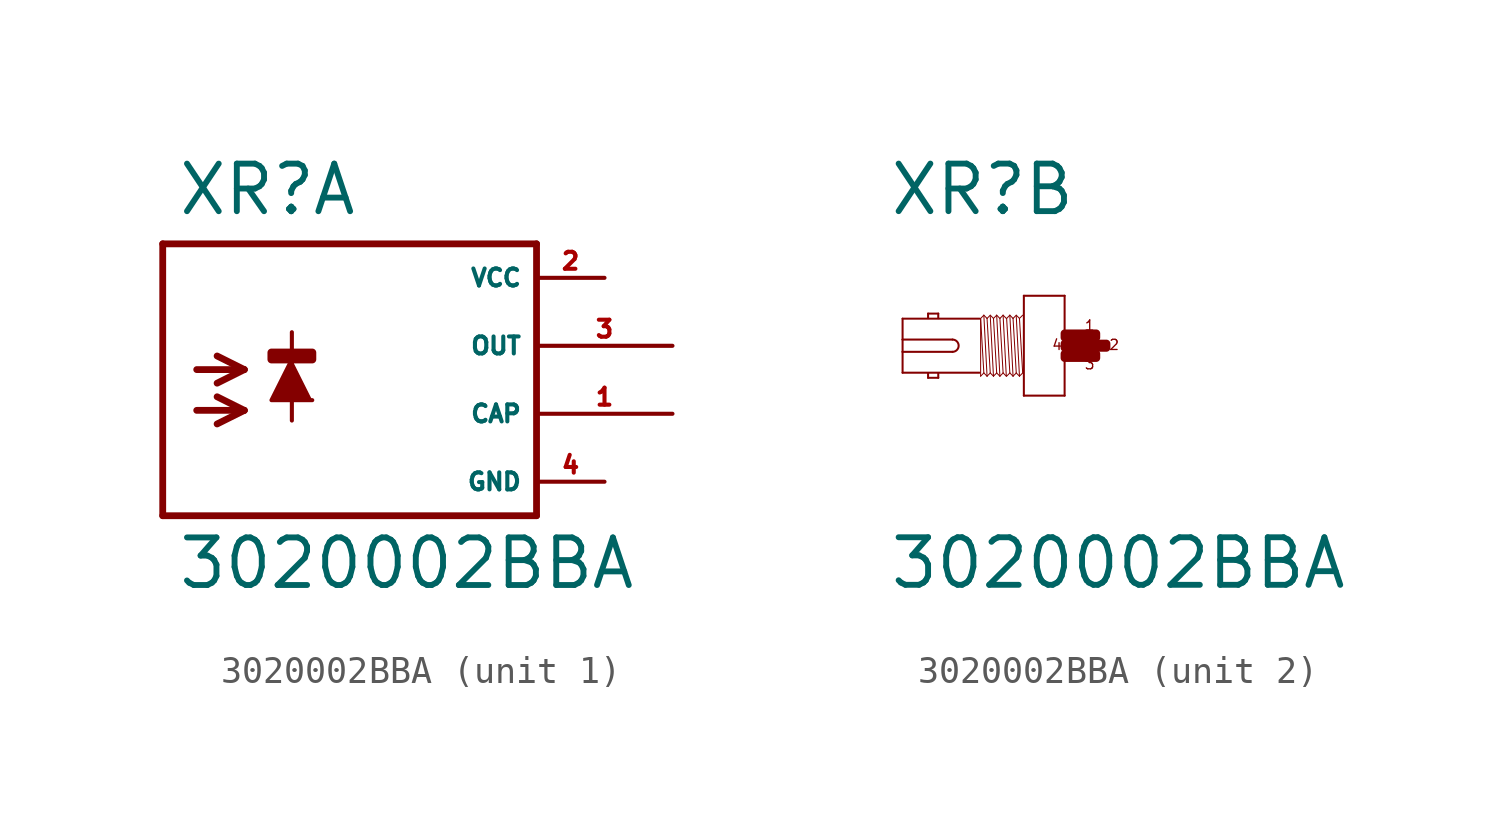
<source format=kicad_sym>
(kicad_symbol_lib
  (version 20220914)
  (generator Eagle2Kicad)
  (symbol "3020002BBA"
    (property "Reference" "XR"
      (at -5.842 4.801 0)
      (effects (font (size 1.778 1.778) (thickness 0.22)) (justify left bottom)))
    (property "Value" "3020002BBA"
      (at -5.842 -9.169 0)
      (effects (font (size 1.778 1.778) (thickness 0.22)) (justify left bottom)))
    (symbol "3020002BBA_1_0"
      (polyline (pts (xy -1.524 -0.508) (xy -2.286 -2.032) (xy -0.762 -2.032)) (stroke (width 0.152) (type default)) (fill (type outline)))
      (polyline (pts (xy -5.08 -0.889) (xy -3.302 -0.889)) (stroke (width 0.254) (type default)) (fill (type none)))
      (polyline (pts (xy -3.302 -0.889) (xy -4.318 -1.397)) (stroke (width 0.254) (type default)) (fill (type none)))
      (polyline (pts (xy -3.302 -0.889) (xy -4.318 -0.381)) (stroke (width 0.254) (type default)) (fill (type none)))
      (polyline (pts (xy -5.08 -2.413) (xy -3.302 -2.413)) (stroke (width 0.254) (type default)) (fill (type none)))
      (polyline (pts (xy -3.302 -2.413) (xy -4.318 -2.921)) (stroke (width 0.254) (type default)) (fill (type none)))
      (polyline (pts (xy -3.302 -2.413) (xy -4.318 -1.905)) (stroke (width 0.254) (type default)) (fill (type none)))
      (polyline (pts (xy -1.524 0.508) (xy -1.524 -2.794)) (stroke (width 0.152) (type default)) (fill (type none)))
      (polyline (pts (xy 7.62 3.81) (xy -6.35 3.81)) (stroke (width 0.254) (type default)) (fill (type none)))
      (polyline (pts (xy -6.35 3.81) (xy -6.35 -6.35)) (stroke (width 0.254) (type default)) (fill (type none)))
      (polyline (pts (xy -6.35 -6.35) (xy 7.62 -6.35)) (stroke (width 0.254) (type default)) (fill (type none)))
      (polyline (pts (xy 7.62 -6.35) (xy 7.62 3.81)) (stroke (width 0.254) (type default)) (fill (type none)))
      (rectangle (start -2.286 -0.508) (end -0.762 -0.254) (stroke (width 0.3) (type default)) (fill (type outline)))
      (pin unspecified line (at 10.16 2.54 180) (length 2.54) (name "VCC" (effects (font (size 0.635 0.635) (thickness 0.08)) (justify left bottom))) (number "2" (effects (font (size 0.635 0.635) (thickness 0.08)) (justify left bottom))))
      (pin unspecified line (at 10.16 -5.08 180) (length 2.54) (name "GND" (effects (font (size 0.635 0.635) (thickness 0.08)) (justify left bottom))) (number "4" (effects (font (size 0.635 0.635) (thickness 0.08)) (justify left bottom))))
      (pin output line (at 12.7 0 180) (length 5.08) (name "OUT" (effects (font (size 0.635 0.635) (thickness 0.08)) (justify left bottom))) (number "3" (effects (font (size 0.635 0.635) (thickness 0.08)) (justify left bottom))))
      (pin output line (at 12.7 -2.54 180) (length 5.08) (name "CAP" (effects (font (size 0.635 0.635) (thickness 0.08)) (justify left bottom))) (number "1" (effects (font (size 0.635 0.635) (thickness 0.08)) (justify left bottom)))))
    (symbol "3020002BBA_2_0"
      (polyline (pts (xy 0.762 1.867) (xy 0.762 -1.867)) (stroke (width 0.076) (type default)) (fill (type none)))
      (polyline (pts (xy 0.762 -1.867) (xy -0.762 -1.867)) (stroke (width 0.076) (type default)) (fill (type none)))
      (polyline (pts (xy -0.762 -1.867) (xy -0.762 1.867)) (stroke (width 0.076) (type default)) (fill (type none)))
      (polyline (pts (xy -0.762 1.867) (xy 0.762 1.867)) (stroke (width 0.076) (type default)) (fill (type none)))
      (polyline (pts (xy -2.419 1.01) (xy -5.296 1.01)) (stroke (width 0.076) (type default)) (fill (type none)))
      (polyline (pts (xy -5.296 1.01) (xy -5.296 0.229)) (stroke (width 0.076) (type default)) (fill (type none)))
      (polyline (pts (xy -5.296 0.229) (xy -5.296 -0.229)) (stroke (width 0.076) (type default)) (fill (type none)))
      (polyline (pts (xy -5.296 -0.229) (xy -5.296 -1.01)) (stroke (width 0.076) (type default)) (fill (type none)))
      (polyline (pts (xy -5.296 -1.01) (xy -2.419 -1.01)) (stroke (width 0.076) (type default)) (fill (type none)))
      (polyline (pts (xy -3.962 -1.029) (xy -3.962 -1.2)) (stroke (width 0.076) (type default)) (fill (type none)))
      (polyline (pts (xy -3.962 -1.2) (xy -4.343 -1.2)) (stroke (width 0.076) (type default)) (fill (type none)))
      (polyline (pts (xy -4.343 -1.2) (xy -4.343 -1.029)) (stroke (width 0.076) (type default)) (fill (type none)))
      (polyline (pts (xy -4.343 1.029) (xy -4.343 1.2)) (stroke (width 0.076) (type default)) (fill (type none)))
      (polyline (pts (xy -4.343 1.2) (xy -3.962 1.2)) (stroke (width 0.076) (type default)) (fill (type none)))
      (polyline (pts (xy -3.962 1.2) (xy -3.962 1.029)) (stroke (width 0.076) (type default)) (fill (type none)))
      (polyline (pts (xy -2.258 1.14) (xy -2.138 -1.14)) (stroke (width 0.038) (type default)) (fill (type none)))
      (polyline (pts (xy -2.018 1.099) (xy -1.898 -1.14)) (stroke (width 0.038) (type default)) (fill (type none)))
      (polyline (pts (xy -1.898 1.02) (xy -1.778 -1.02)) (stroke (width 0.038) (type default)) (fill (type none)))
      (polyline (pts (xy -1.778 1.14) (xy -1.658 -1.14)) (stroke (width 0.038) (type default)) (fill (type none)))
      (polyline (pts (xy -1.538 1.14) (xy -1.418 -1.14)) (stroke (width 0.038) (type default)) (fill (type none)))
      (polyline (pts (xy -2.378 -1.14) (xy -2.378 0.999)) (stroke (width 0.038) (type default)) (fill (type none)))
      (polyline (pts (xy -2.378 -1.14) (xy -2.258 -1.02)) (stroke (width 0.038) (type default)) (fill (type none)))
      (polyline (pts (xy -2.258 -1.02) (xy -2.138 -1.14)) (stroke (width 0.038) (type default)) (fill (type none)))
      (polyline (pts (xy -2.138 -1.14) (xy -2.018 -1.02)) (stroke (width 0.038) (type default)) (fill (type none)))
      (polyline (pts (xy -2.018 -1.02) (xy -1.898 -1.14)) (stroke (width 0.038) (type default)) (fill (type none)))
      (polyline (pts (xy -1.898 -1.14) (xy -1.778 -1.02)) (stroke (width 0.038) (type default)) (fill (type none)))
      (polyline (pts (xy -1.778 -1.02) (xy -1.658 -1.14)) (stroke (width 0.038) (type default)) (fill (type none)))
      (polyline (pts (xy -1.658 -1.14) (xy -1.538 -1.02)) (stroke (width 0.038) (type default)) (fill (type none)))
      (polyline (pts (xy -1.538 -1.02) (xy -1.418 -1.14)) (stroke (width 0.038) (type default)) (fill (type none)))
      (polyline (pts (xy -2.378 1.02) (xy -2.258 1.14)) (stroke (width 0.038) (type default)) (fill (type none)))
      (polyline (pts (xy -2.258 1.14) (xy -2.138 1.02)) (stroke (width 0.038) (type default)) (fill (type none)))
      (polyline (pts (xy -2.138 1.02) (xy -2.018 1.14)) (stroke (width 0.038) (type default)) (fill (type none)))
      (polyline (pts (xy -2.018 1.14) (xy -1.898 1.02)) (stroke (width 0.038) (type default)) (fill (type none)))
      (polyline (pts (xy -1.898 1.02) (xy -1.778 1.14)) (stroke (width 0.038) (type default)) (fill (type none)))
      (polyline (pts (xy -1.778 1.14) (xy -1.658 1.02)) (stroke (width 0.038) (type default)) (fill (type none)))
      (polyline (pts (xy -1.658 1.02) (xy -1.538 1.14)) (stroke (width 0.038) (type default)) (fill (type none)))
      (polyline (pts (xy -1.538 1.14) (xy -1.418 1.02)) (stroke (width 0.038) (type default)) (fill (type none)))
      (polyline (pts (xy -2.138 1.02) (xy -2.018 -1.02)) (stroke (width 0.038) (type default)) (fill (type none)))
      (polyline (pts (xy -1.658 1.02) (xy -1.538 -1.02)) (stroke (width 0.038) (type default)) (fill (type none)))
      (polyline (pts (xy -2.378 1.02) (xy -2.258 -1.02)) (stroke (width 0.038) (type default)) (fill (type none)))
      (polyline (pts (xy -1.286 1.14) (xy -1.166 -1.14)) (stroke (width 0.038) (type default)) (fill (type none)))
      (polyline (pts (xy -1.046 1.099) (xy -0.926 -1.14)) (stroke (width 0.038) (type default)) (fill (type none)))
      (polyline (pts (xy -0.926 1.02) (xy -0.806 -1.02)) (stroke (width 0.038) (type default)) (fill (type none)))
      (polyline (pts (xy -1.406 -1.14) (xy -1.286 -1.02)) (stroke (width 0.038) (type default)) (fill (type none)))
      (polyline (pts (xy -1.286 -1.02) (xy -1.166 -1.14)) (stroke (width 0.038) (type default)) (fill (type none)))
      (polyline (pts (xy -1.166 -1.14) (xy -1.046 -1.02)) (stroke (width 0.038) (type default)) (fill (type none)))
      (polyline (pts (xy -1.046 -1.02) (xy -0.926 -1.14)) (stroke (width 0.038) (type default)) (fill (type none)))
      (polyline (pts (xy -0.926 -1.14) (xy -0.806 -1.02)) (stroke (width 0.038) (type default)) (fill (type none)))
      (polyline (pts (xy -1.406 1.02) (xy -1.286 1.14)) (stroke (width 0.038) (type default)) (fill (type none)))
      (polyline (pts (xy -1.286 1.14) (xy -1.166 1.02)) (stroke (width 0.038) (type default)) (fill (type none)))
      (polyline (pts (xy -1.166 1.02) (xy -1.046 1.14)) (stroke (width 0.038) (type default)) (fill (type none)))
      (polyline (pts (xy -1.046 1.14) (xy -0.926 1.02)) (stroke (width 0.038) (type default)) (fill (type none)))
      (polyline (pts (xy -0.926 1.02) (xy -0.806 1.14)) (stroke (width 0.038) (type default)) (fill (type none)))
      (polyline (pts (xy -1.166 1.02) (xy -1.046 -1.02)) (stroke (width 0.038) (type default)) (fill (type none)))
      (polyline (pts (xy -1.406 1.02) (xy -1.286 -1.02)) (stroke (width 0.038) (type default)) (fill (type none)))
      (polyline (pts (xy -5.296 -0.229) (xy -3.429 -0.229)) (stroke (width 0.076) (type default)) (fill (type none)))
      (polyline (pts (xy -3.429 0.229) (xy -5.296 0.229)) (stroke (width 0.076) (type default)) (fill (type none)))
      (arc (start -3.429 -0.2286) (mid -3.200 0.000) (end -3.429 0.2286) (stroke (width 0.0762) (type default)) (fill (type none)))
      (text "1" (at 1.486 0.533 0) (effects (font (size 0.381 0.381) (thickness 0.05)) (justify left bottom)))
      (text "2" (at 2.4 -0.191 0) (effects (font (size 0.381 0.381) (thickness 0.05)) (justify left bottom)))
      (text "3" (at 1.486 -0.914 0) (effects (font (size 0.381 0.381) (thickness 0.05)) (justify left bottom)))
      (text "4" (at 0.267 -0.191 0) (effects (font (size 0.381 0.381) (thickness 0.05)) (justify left bottom)))
      (rectangle (start 1.524 -0.076) (end 2.324 0.076) (stroke (width 0.3) (type default)) (fill (type outline)))
      (rectangle (start 0.762 -0.076) (end 1.257 0.076) (stroke (width 0.3) (type default)) (fill (type outline)))
      (rectangle (start 0.762 0.305) (end 1.638 0.457) (stroke (width 0.3) (type default)) (fill (type outline)))
      (rectangle (start 0.762 -0.457) (end 1.638 -0.305) (stroke (width 0.3) (type default)) (fill (type outline)))
      (rectangle (start 1.6 -0.457) (end 1.943 -0.305) (stroke (width 0.3) (type default)) (fill (type outline)))
      (rectangle (start 1.219 -0.076) (end 1.562 0.076) (stroke (width 0.3) (type default)) (fill (type outline)))
      (rectangle (start 1.6 0.305) (end 1.943 0.457) (stroke (width 0.3) (type default)) (fill (type outline))))))
</source>
